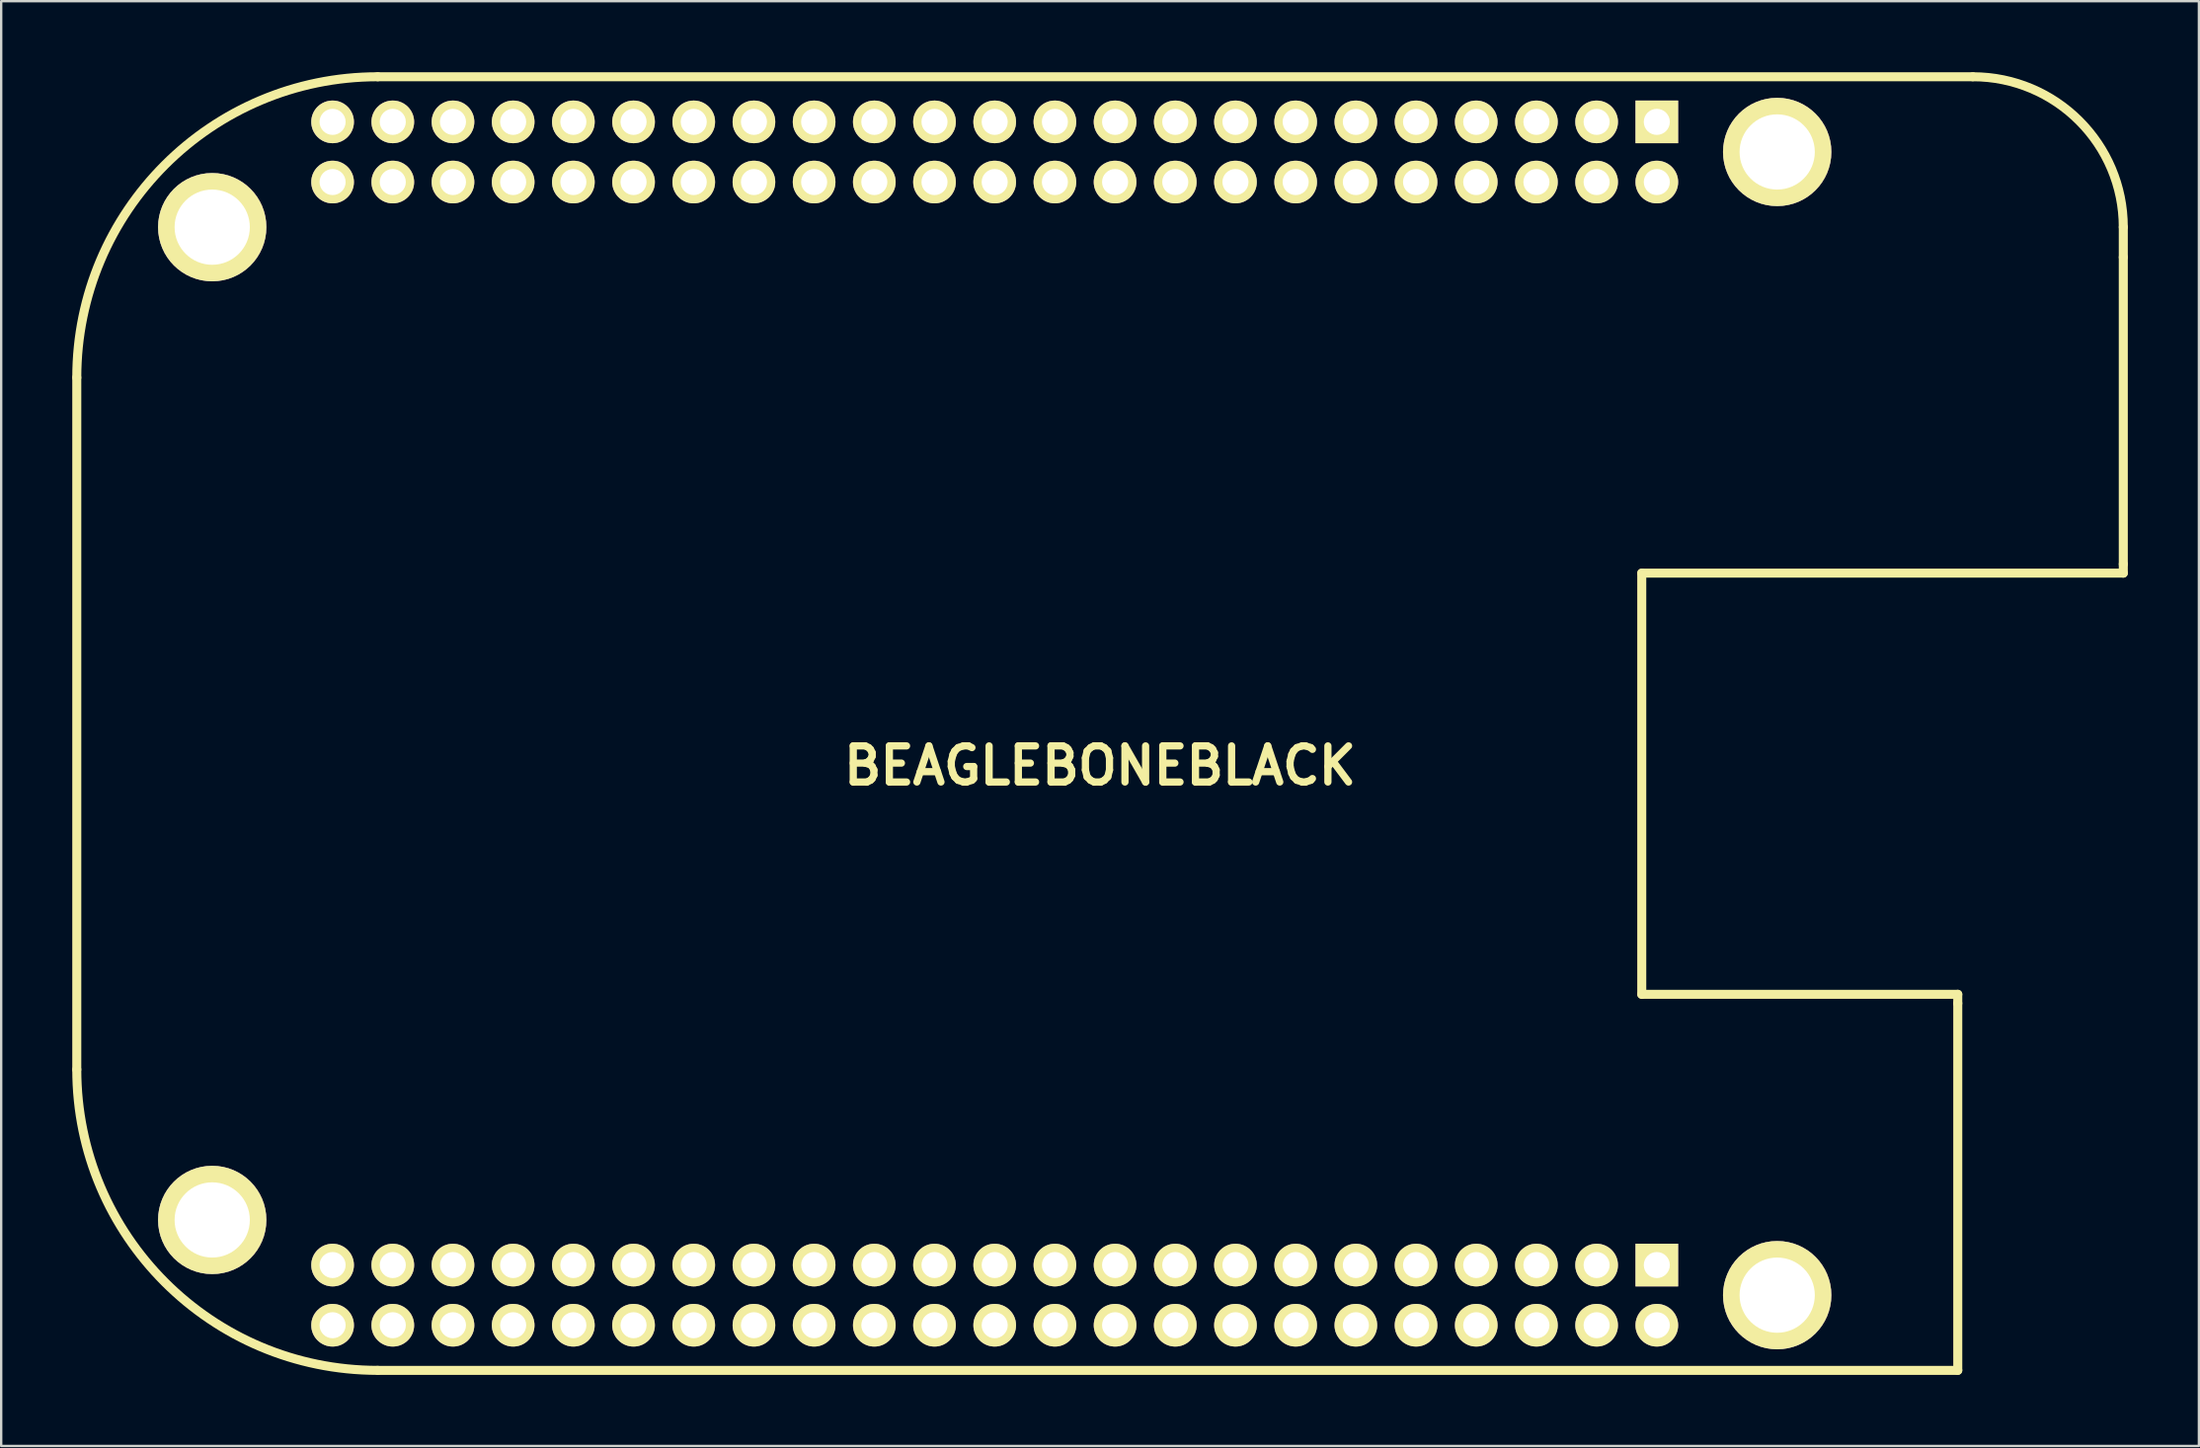
<source format=kicad_pcb>
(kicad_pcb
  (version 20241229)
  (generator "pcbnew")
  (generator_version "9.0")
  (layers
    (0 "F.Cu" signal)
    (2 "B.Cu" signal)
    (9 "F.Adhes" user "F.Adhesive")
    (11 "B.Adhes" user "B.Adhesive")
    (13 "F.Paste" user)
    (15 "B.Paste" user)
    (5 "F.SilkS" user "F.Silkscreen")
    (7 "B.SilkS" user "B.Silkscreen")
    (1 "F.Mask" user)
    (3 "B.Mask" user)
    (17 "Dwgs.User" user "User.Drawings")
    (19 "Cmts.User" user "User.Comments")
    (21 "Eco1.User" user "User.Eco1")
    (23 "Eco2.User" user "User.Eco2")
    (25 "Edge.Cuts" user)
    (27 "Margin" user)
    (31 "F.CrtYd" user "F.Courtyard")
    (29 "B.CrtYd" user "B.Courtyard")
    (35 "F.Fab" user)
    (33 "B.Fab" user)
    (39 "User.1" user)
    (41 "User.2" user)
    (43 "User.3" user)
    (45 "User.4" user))
  (footprint "BEAGLEBONEBLACK"
    (layer "F.Cu")
    (at 43.37 27.495)
    (property "Reference" "BEAGLEBONEBLACK" (at 0 1.778 0) (layer "F.SilkS") (effects (font (size 1.524 1.524) (thickness 0.305))))
    (attr through_hole)
    (fp_line (start -43.18 -14.605) (end -43.18 14.605) (stroke (width 0.381) (type solid)) (layer "F.SilkS"))
    (fp_line (start -30.48 -27.305) (end 36.83 -27.305) (stroke (width 0.381) (type solid)) (layer "F.SilkS"))
    (fp_line (start -30.48 27.305) (end 36.195 27.305) (stroke (width 0.381) (type solid)) (layer "F.SilkS"))
    (fp_line (start 22.86 -6.35) (end 43.18 -6.35) (stroke (width 0.381) (type solid)) (layer "F.SilkS"))
    (fp_line (start 22.86 11.43) (end 22.86 -6.35) (stroke (width 0.381) (type solid)) (layer "F.SilkS"))
    (fp_line (start 36.195 11.43) (end 22.86 11.43) (stroke (width 0.381) (type solid)) (layer "F.SilkS"))
    (fp_line (start 36.195 11.811) (end 36.195 11.43) (stroke (width 0.381) (type solid)) (layer "F.SilkS"))
    (fp_line (start 36.195 27.305) (end 36.195 11.811) (stroke (width 0.381) (type solid)) (layer "F.SilkS"))
    (fp_line (start 43.18 -20.955) (end 43.18 -19.685) (stroke (width 0.381) (type solid)) (layer "F.SilkS"))
    (fp_line (start 43.18 -6.731) (end 43.18 -19.685) (stroke (width 0.381) (type solid)) (layer "F.SilkS"))
    (fp_line (start 43.18 -6.35) (end 43.18 -6.731) (stroke (width 0.381) (type solid)) (layer "F.SilkS"))
    (fp_arc (start -43.18 -14.605) (mid -39.460256 -23.585256) (end -30.48 -27.305) (stroke (width 0.381) (type solid)) (layer "F.SilkS"))
    (fp_arc (start -30.48 27.305) (mid -39.460256 23.585256) (end -43.18 14.605) (stroke (width 0.381) (type solid)) (layer "F.SilkS"))
    (fp_arc (start 36.83 -27.305) (mid 41.320128 -25.445128) (end 43.18 -20.955) (stroke (width 0.381) (type solid)) (layer "F.SilkS"))
    (pad "B1" thru_hole rect (at 23.495 22.86) (size 1.8 1.8) (drill 1.1) (layers "*.Cu" "*.Mask" "F.SilkS"))
    (pad "B2" thru_hole circle (at 23.495 25.4) (size 1.8 1.8) (drill 1.1) (layers "*.Cu" "*.Mask" "F.SilkS"))
    (pad "B3" thru_hole circle (at 20.955 22.86) (size 1.8 1.8) (drill 1.1) (layers "*.Cu" "*.Mask" "F.SilkS"))
    (pad "B4" thru_hole circle (at 20.955 25.4) (size 1.8 1.8) (drill 1.1) (layers "*.Cu" "*.Mask" "F.SilkS"))
    (pad "B5" thru_hole circle (at 18.415 22.86) (size 1.8 1.8) (drill 1.1) (layers "*.Cu" "*.Mask" "F.SilkS"))
    (pad "B6" thru_hole circle (at 18.415 25.4) (size 1.8 1.8) (drill 1.1) (layers "*.Cu" "*.Mask" "F.SilkS"))
    (pad "B7" thru_hole circle (at 15.875 22.86) (size 1.8 1.8) (drill 1.1) (layers "*.Cu" "*.Mask" "F.SilkS"))
    (pad "B8" thru_hole circle (at 15.875 25.4) (size 1.8 1.8) (drill 1.1) (layers "*.Cu" "*.Mask" "F.SilkS"))
    (pad "B9" thru_hole circle (at 13.335 22.86) (size 1.8 1.8) (drill 1.1) (layers "*.Cu" "*.Mask" "F.SilkS"))
    (pad "B10" thru_hole circle (at 13.335 25.4) (size 1.8 1.8) (drill 1.1) (layers "*.Cu" "*.Mask" "F.SilkS"))
    (pad "B11" thru_hole circle (at 10.795 22.86) (size 1.8 1.8) (drill 1.1) (layers "*.Cu" "*.Mask" "F.SilkS"))
    (pad "B12" thru_hole circle (at 10.795 25.4) (size 1.8 1.8) (drill 1.1) (layers "*.Cu" "*.Mask" "F.SilkS"))
    (pad "B13" thru_hole circle (at 8.255 22.86) (size 1.8 1.8) (drill 1.1) (layers "*.Cu" "*.Mask" "F.SilkS"))
    (pad "B14" thru_hole circle (at 8.255 25.4) (size 1.8 1.8) (drill 1.1) (layers "*.Cu" "*.Mask" "F.SilkS"))
    (pad "B15" thru_hole circle (at 5.715 22.86) (size 1.8 1.8) (drill 1.1) (layers "*.Cu" "*.Mask" "F.SilkS"))
    (pad "B16" thru_hole circle (at 5.715 25.4) (size 1.8 1.8) (drill 1.1) (layers "*.Cu" "*.Mask" "F.SilkS"))
    (pad "B17" thru_hole circle (at 3.175 22.86) (size 1.8 1.8) (drill 1.1) (layers "*.Cu" "*.Mask" "F.SilkS"))
    (pad "B18" thru_hole circle (at 3.175 25.4) (size 1.8 1.8) (drill 1.1) (layers "*.Cu" "*.Mask" "F.SilkS"))
    (pad "B19" thru_hole circle (at 0.635 22.86) (size 1.8 1.8) (drill 1.1) (layers "*.Cu" "*.Mask" "F.SilkS"))
    (pad "B20" thru_hole circle (at 0.635 25.4) (size 1.8 1.8) (drill 1.1) (layers "*.Cu" "*.Mask" "F.SilkS"))
    (pad "B21" thru_hole circle (at -1.905 22.86) (size 1.8 1.8) (drill 1.1) (layers "*.Cu" "*.Mask" "F.SilkS"))
    (pad "B22" thru_hole circle (at -1.905 25.4) (size 1.8 1.8) (drill 1.1) (layers "*.Cu" "*.Mask" "F.SilkS"))
    (pad "B23" thru_hole circle (at -4.445 22.86) (size 1.8 1.8) (drill 1.1) (layers "*.Cu" "*.Mask" "F.SilkS"))
    (pad "B24" thru_hole circle (at -4.445 25.4) (size 1.8 1.8) (drill 1.1) (layers "*.Cu" "*.Mask" "F.SilkS"))
    (pad "B25" thru_hole circle (at -6.985 22.86) (size 1.8 1.8) (drill 1.1) (layers "*.Cu" "*.Mask" "F.SilkS"))
    (pad "B26" thru_hole circle (at -6.985 25.4) (size 1.8 1.8) (drill 1.1) (layers "*.Cu" "*.Mask" "F.SilkS"))
    (pad "B27" thru_hole circle (at -9.525 22.86) (size 1.8 1.8) (drill 1.1) (layers "*.Cu" "*.Mask" "F.SilkS"))
    (pad "B28" thru_hole circle (at -9.525 25.4) (size 1.8 1.8) (drill 1.1) (layers "*.Cu" "*.Mask" "F.SilkS"))
    (pad "B29" thru_hole circle (at -12.065 22.86) (size 1.8 1.8) (drill 1.1) (layers "*.Cu" "*.Mask" "F.SilkS"))
    (pad "B30" thru_hole circle (at -12.065 25.4) (size 1.8 1.8) (drill 1.1) (layers "*.Cu" "*.Mask" "F.SilkS"))
    (pad "B31" thru_hole circle (at -14.605 22.86) (size 1.8 1.8) (drill 1.1) (layers "*.Cu" "*.Mask" "F.SilkS"))
    (pad "B32" thru_hole circle (at -14.605 25.4) (size 1.8 1.8) (drill 1.1) (layers "*.Cu" "*.Mask" "F.SilkS"))
    (pad "B33" thru_hole circle (at -17.145 22.86) (size 1.8 1.8) (drill 1.1) (layers "*.Cu" "*.Mask" "F.SilkS"))
    (pad "B34" thru_hole circle (at -17.145 25.4) (size 1.8 1.8) (drill 1.1) (layers "*.Cu" "*.Mask" "F.SilkS"))
    (pad "B35" thru_hole circle (at -19.685 22.86) (size 1.8 1.8) (drill 1.1) (layers "*.Cu" "*.Mask" "F.SilkS"))
    (pad "B36" thru_hole circle (at -19.685 25.4) (size 1.8 1.8) (drill 1.1) (layers "*.Cu" "*.Mask" "F.SilkS"))
    (pad "B37" thru_hole circle (at -22.225 22.86) (size 1.8 1.8) (drill 1.1) (layers "*.Cu" "*.Mask" "F.SilkS"))
    (pad "B38" thru_hole circle (at -22.225 25.4) (size 1.8 1.8) (drill 1.1) (layers "*.Cu" "*.Mask" "F.SilkS"))
    (pad "B39" thru_hole circle (at -24.765 22.86) (size 1.8 1.8) (drill 1.1) (layers "*.Cu" "*.Mask" "F.SilkS"))
    (pad "B40" thru_hole circle (at -24.765 25.4) (size 1.8 1.8) (drill 1.1) (layers "*.Cu" "*.Mask" "F.SilkS"))
    (pad "B41" thru_hole circle (at -27.305 22.86) (size 1.8 1.8) (drill 1.1) (layers "*.Cu" "*.Mask" "F.SilkS"))
    (pad "B42" thru_hole circle (at -27.305 25.4) (size 1.8 1.8) (drill 1.1) (layers "*.Cu" "*.Mask" "F.SilkS"))
    (pad "B43" thru_hole circle (at -29.845 22.86) (size 1.8 1.8) (drill 1.1) (layers "*.Cu" "*.Mask" "F.SilkS"))
    (pad "B44" thru_hole circle (at -29.845 25.4) (size 1.8 1.8) (drill 1.1) (layers "*.Cu" "*.Mask" "F.SilkS"))
    (pad "B45" thru_hole circle (at -32.385 22.86) (size 1.8 1.8) (drill 1.1) (layers "*.Cu" "*.Mask" "F.SilkS"))
    (pad "B46" thru_hole circle (at -32.385 25.4) (size 1.8 1.8) (drill 1.1) (layers "*.Cu" "*.Mask" "F.SilkS"))
    (pad "C1" thru_hole rect (at 23.495 -25.4) (size 1.8 1.8) (drill 1.1) (layers "*.Cu" "*.Mask" "F.SilkS"))
    (pad "C2" thru_hole circle (at 23.495 -22.86) (size 1.8 1.8) (drill 1.1) (layers "*.Cu" "*.Mask" "F.SilkS"))
    (pad "C3" thru_hole circle (at 20.955 -25.4) (size 1.8 1.8) (drill 1.1) (layers "*.Cu" "*.Mask" "F.SilkS"))
    (pad "C4" thru_hole circle (at 20.955 -22.86) (size 1.8 1.8) (drill 1.1) (layers "*.Cu" "*.Mask" "F.SilkS"))
    (pad "C5" thru_hole circle (at 18.415 -25.4) (size 1.8 1.8) (drill 1.1) (layers "*.Cu" "*.Mask" "F.SilkS"))
    (pad "C6" thru_hole circle (at 18.415 -22.86) (size 1.8 1.8) (drill 1.1) (layers "*.Cu" "*.Mask" "F.SilkS"))
    (pad "C7" thru_hole circle (at 15.875 -25.4) (size 1.8 1.8) (drill 1.1) (layers "*.Cu" "*.Mask" "F.SilkS"))
    (pad "C8" thru_hole circle (at 15.875 -22.86) (size 1.8 1.8) (drill 1.1) (layers "*.Cu" "*.Mask" "F.SilkS"))
    (pad "C9" thru_hole circle (at 13.335 -25.4) (size 1.8 1.8) (drill 1.1) (layers "*.Cu" "*.Mask" "F.SilkS"))
    (pad "C10" thru_hole circle (at 13.335 -22.86) (size 1.8 1.8) (drill 1.1) (layers "*.Cu" "*.Mask" "F.SilkS"))
    (pad "C11" thru_hole circle (at 10.795 -25.4) (size 1.8 1.8) (drill 1.1) (layers "*.Cu" "*.Mask" "F.SilkS"))
    (pad "C12" thru_hole circle (at 10.795 -22.86) (size 1.8 1.8) (drill 1.1) (layers "*.Cu" "*.Mask" "F.SilkS"))
    (pad "C13" thru_hole circle (at 8.255 -25.4) (size 1.8 1.8) (drill 1.1) (layers "*.Cu" "*.Mask" "F.SilkS"))
    (pad "C14" thru_hole circle (at 8.255 -22.86) (size 1.8 1.8) (drill 1.1) (layers "*.Cu" "*.Mask" "F.SilkS"))
    (pad "C15" thru_hole circle (at 5.715 -25.4) (size 1.8 1.8) (drill 1.1) (layers "*.Cu" "*.Mask" "F.SilkS"))
    (pad "C16" thru_hole circle (at 5.715 -22.86) (size 1.8 1.8) (drill 1.1) (layers "*.Cu" "*.Mask" "F.SilkS"))
    (pad "C17" thru_hole circle (at 3.175 -25.4) (size 1.8 1.8) (drill 1.1) (layers "*.Cu" "*.Mask" "F.SilkS"))
    (pad "C18" thru_hole circle (at 3.175 -22.86) (size 1.8 1.8) (drill 1.1) (layers "*.Cu" "*.Mask" "F.SilkS"))
    (pad "C19" thru_hole circle (at 0.635 -25.4) (size 1.8 1.8) (drill 1.1) (layers "*.Cu" "*.Mask" "F.SilkS"))
    (pad "C20" thru_hole circle (at 0.635 -22.86) (size 1.8 1.8) (drill 1.1) (layers "*.Cu" "*.Mask" "F.SilkS"))
    (pad "C21" thru_hole circle (at -1.905 -25.4) (size 1.8 1.8) (drill 1.1) (layers "*.Cu" "*.Mask" "F.SilkS"))
    (pad "C22" thru_hole circle (at -1.905 -22.86) (size 1.8 1.8) (drill 1.1) (layers "*.Cu" "*.Mask" "F.SilkS"))
    (pad "C23" thru_hole circle (at -4.445 -25.4) (size 1.8 1.8) (drill 1.1) (layers "*.Cu" "*.Mask" "F.SilkS"))
    (pad "C24" thru_hole circle (at -4.445 -22.86) (size 1.8 1.8) (drill 1.1) (layers "*.Cu" "*.Mask" "F.SilkS"))
    (pad "C25" thru_hole circle (at -6.985 -25.4) (size 1.8 1.8) (drill 1.1) (layers "*.Cu" "*.Mask" "F.SilkS"))
    (pad "C26" thru_hole circle (at -6.985 -22.86) (size 1.8 1.8) (drill 1.1) (layers "*.Cu" "*.Mask" "F.SilkS"))
    (pad "C27" thru_hole circle (at -9.525 -25.4) (size 1.8 1.8) (drill 1.1) (layers "*.Cu" "*.Mask" "F.SilkS"))
    (pad "C28" thru_hole circle (at -9.525 -22.86) (size 1.8 1.8) (drill 1.1) (layers "*.Cu" "*.Mask" "F.SilkS"))
    (pad "C29" thru_hole circle (at -12.065 -25.4) (size 1.8 1.8) (drill 1.1) (layers "*.Cu" "*.Mask" "F.SilkS"))
    (pad "C30" thru_hole circle (at -12.065 -22.86) (size 1.8 1.8) (drill 1.1) (layers "*.Cu" "*.Mask" "F.SilkS"))
    (pad "C31" thru_hole circle (at -14.605 -25.4) (size 1.8 1.8) (drill 1.1) (layers "*.Cu" "*.Mask" "F.SilkS"))
    (pad "C32" thru_hole circle (at -14.605 -22.86) (size 1.8 1.8) (drill 1.1) (layers "*.Cu" "*.Mask" "F.SilkS"))
    (pad "C33" thru_hole circle (at -17.145 -25.4) (size 1.8 1.8) (drill 1.1) (layers "*.Cu" "*.Mask" "F.SilkS"))
    (pad "C34" thru_hole circle (at -17.145 -22.86) (size 1.8 1.8) (drill 1.1) (layers "*.Cu" "*.Mask" "F.SilkS"))
    (pad "C35" thru_hole circle (at -19.685 -25.4) (size 1.8 1.8) (drill 1.1) (layers "*.Cu" "*.Mask" "F.SilkS"))
    (pad "C36" thru_hole circle (at -19.685 -22.86) (size 1.8 1.8) (drill 1.1) (layers "*.Cu" "*.Mask" "F.SilkS"))
    (pad "C37" thru_hole circle (at -22.225 -25.4) (size 1.8 1.8) (drill 1.1) (layers "*.Cu" "*.Mask" "F.SilkS"))
    (pad "C38" thru_hole circle (at -22.225 -22.86) (size 1.8 1.8) (drill 1.1) (layers "*.Cu" "*.Mask" "F.SilkS"))
    (pad "C39" thru_hole circle (at -24.765 -25.4) (size 1.8 1.8) (drill 1.1) (layers "*.Cu" "*.Mask" "F.SilkS"))
    (pad "C40" thru_hole circle (at -24.765 -22.86) (size 1.8 1.8) (drill 1.1) (layers "*.Cu" "*.Mask" "F.SilkS"))
    (pad "C41" thru_hole circle (at -27.305 -25.4) (size 1.8 1.8) (drill 1.1) (layers "*.Cu" "*.Mask" "F.SilkS"))
    (pad "C42" thru_hole circle (at -27.305 -22.86) (size 1.8 1.8) (drill 1.1) (layers "*.Cu" "*.Mask" "F.SilkS"))
    (pad "C43" thru_hole circle (at -29.845 -25.4) (size 1.8 1.8) (drill 1.1) (layers "*.Cu" "*.Mask" "F.SilkS"))
    (pad "C44" thru_hole circle (at -29.845 -22.86) (size 1.8 1.8) (drill 1.1) (layers "*.Cu" "*.Mask" "F.SilkS"))
    (pad "C45" thru_hole circle (at -32.385 -25.4) (size 1.8 1.8) (drill 1.1) (layers "*.Cu" "*.Mask" "F.SilkS"))
    (pad "C46" thru_hole circle (at -32.385 -22.86) (size 1.8 1.8) (drill 1.1) (layers "*.Cu" "*.Mask" "F.SilkS"))
    (pad "M1" thru_hole circle (at -37.465 -20.955) (size 4.572 4.572) (drill 3.175) (layers "*.Cu" "*.Mask" "F.SilkS"))
    (pad "M2" thru_hole circle (at 28.575 -24.13) (size 4.572 4.572) (drill 3.175) (layers "*.Cu" "*.Mask" "F.SilkS"))
    (pad "M3" thru_hole circle (at 28.575 24.13) (size 4.572 4.572) (drill 3.175) (layers "*.Cu" "*.Mask" "F.SilkS"))
    (pad "M4" thru_hole circle (at -37.465 20.955) (size 4.572 4.572) (drill 3.175) (layers "*.Cu" "*.Mask" "F.SilkS")))
  (gr_rect
    (start -3 -3)
    (end 89.741 57.991)
    (stroke (width 0.1) (type default))
    (fill no)
    (layer "Edge.Cuts")))
</source>
